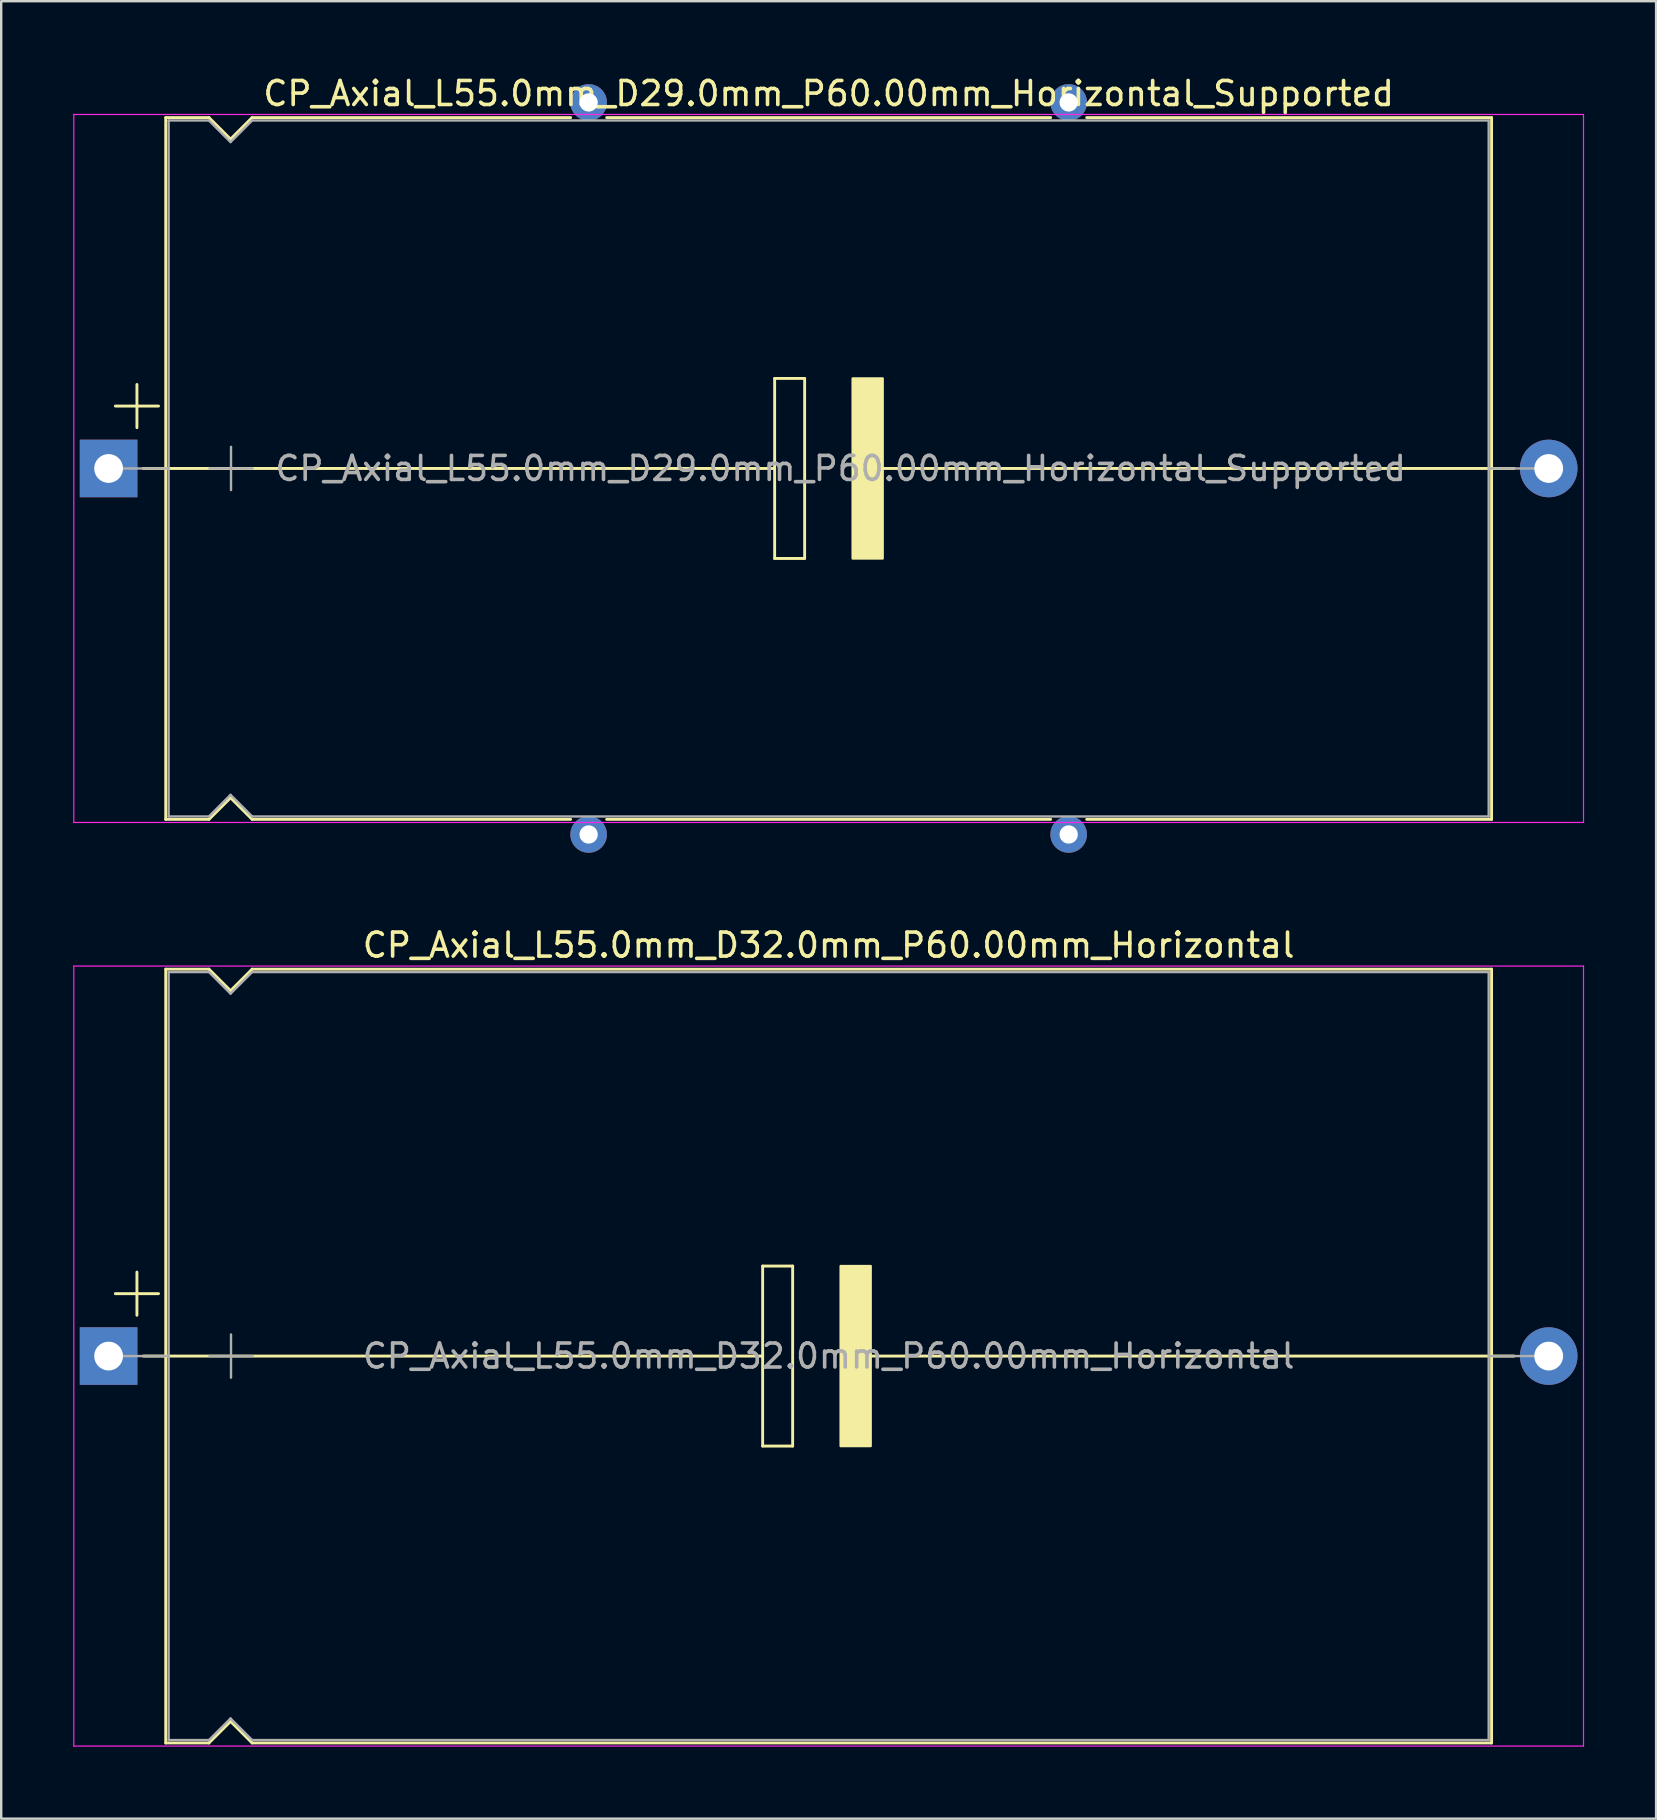
<source format=kicad_pcb>
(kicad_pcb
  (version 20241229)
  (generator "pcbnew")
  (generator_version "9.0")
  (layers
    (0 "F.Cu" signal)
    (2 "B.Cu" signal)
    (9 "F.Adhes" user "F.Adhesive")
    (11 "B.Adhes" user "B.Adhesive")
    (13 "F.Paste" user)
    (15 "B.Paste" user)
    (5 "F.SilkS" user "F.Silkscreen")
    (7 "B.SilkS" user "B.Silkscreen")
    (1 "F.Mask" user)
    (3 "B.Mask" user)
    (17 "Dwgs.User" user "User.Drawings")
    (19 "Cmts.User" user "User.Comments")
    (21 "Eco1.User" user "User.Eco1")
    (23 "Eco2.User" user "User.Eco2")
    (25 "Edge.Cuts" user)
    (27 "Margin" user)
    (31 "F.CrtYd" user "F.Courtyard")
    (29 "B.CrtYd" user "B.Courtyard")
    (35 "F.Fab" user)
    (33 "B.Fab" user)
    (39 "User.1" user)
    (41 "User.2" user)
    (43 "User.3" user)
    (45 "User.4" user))
  (footprint "CP_Axial_L55.0mm_D29.0mm_P60.00mm_Horizontal_Supported"
    (layer "F.Cu")
    (at 1.475 16.468)
    (property "Reference" "CP_Axial_L55.0mm_D29.0mm_P60.00mm_Horizontal_Supported" (at 30 -15.62 0) (layer "F.SilkS") (effects (font (size 1 1) (thickness 0.15))))
    (attr through_hole)
    (fp_line (start 0.28 -2.6) (end 2.08 -2.6) (stroke (width 0.12) (type solid)) (layer "F.SilkS"))
    (fp_line (start 1.18 -3.5) (end 1.18 -1.7) (stroke (width 0.12) (type solid)) (layer "F.SilkS"))
    (fp_line (start 1.44 0) (end 2.38 0) (stroke (width 0.12) (type solid)) (layer "F.SilkS"))
    (fp_line (start 2.38 -14.62) (end 2.38 14.62) (stroke (width 0.12) (type solid)) (layer "F.SilkS"))
    (fp_line (start 2.38 -14.62) (end 4.18 -14.62) (stroke (width 0.12) (type solid)) (layer "F.SilkS"))
    (fp_line (start 2.38 0) (end 27.75 0) (stroke (width 0.12) (type solid)) (layer "F.SilkS"))
    (fp_line (start 2.38 14.62) (end 4.18 14.62) (stroke (width 0.12) (type solid)) (layer "F.SilkS"))
    (fp_line (start 4.18 -14.62) (end 5.08 -13.72) (stroke (width 0.12) (type solid)) (layer "F.SilkS"))
    (fp_line (start 4.18 14.62) (end 5.08 13.72) (stroke (width 0.12) (type solid)) (layer "F.SilkS"))
    (fp_line (start 5.08 -13.72) (end 5.98 -14.62) (stroke (width 0.12) (type solid)) (layer "F.SilkS"))
    (fp_line (start 5.08 13.72) (end 5.98 14.62) (stroke (width 0.12) (type solid)) (layer "F.SilkS"))
    (fp_line (start 5.98 -14.62) (end 19.25 -14.62) (stroke (width 0.12) (type solid)) (layer "F.SilkS"))
    (fp_line (start 5.98 14.62) (end 19.25 14.62) (stroke (width 0.12) (type solid)) (layer "F.SilkS"))
    (fp_line (start 20.75 -14.62) (end 39.25 -14.62) (stroke (width 0.12) (type solid)) (layer "F.SilkS"))
    (fp_line (start 20.75 14.62) (end 39.25 14.62) (stroke (width 0.12) (type solid)) (layer "F.SilkS"))
    (fp_line (start 27.75 -3.75) (end 29 -3.75) (stroke (width 0.12) (type solid)) (layer "F.SilkS"))
    (fp_line (start 27.75 0) (end 27.75 -3.75) (stroke (width 0.12) (type solid)) (layer "F.SilkS"))
    (fp_line (start 27.75 3.75) (end 27.75 0) (stroke (width 0.12) (type solid)) (layer "F.SilkS"))
    (fp_line (start 29 -3.75) (end 29 3.75) (stroke (width 0.12) (type solid)) (layer "F.SilkS"))
    (fp_line (start 29 3.75) (end 27.75 3.75) (stroke (width 0.12) (type solid)) (layer "F.SilkS"))
    (fp_line (start 31.75 0) (end 57.62 0) (stroke (width 0.12) (type solid)) (layer "F.SilkS"))
    (fp_line (start 40.75 -14.62) (end 57.62 -14.62) (stroke (width 0.12) (type solid)) (layer "F.SilkS"))
    (fp_line (start 40.75 14.62) (end 57.62 14.62) (stroke (width 0.12) (type solid)) (layer "F.SilkS"))
    (fp_line (start 57.62 -14.62) (end 57.62 14.62) (stroke (width 0.12) (type solid)) (layer "F.SilkS"))
    (fp_line (start 58.56 0) (end 57.62 0) (stroke (width 0.12) (type solid)) (layer "F.SilkS"))
    (fp_poly (pts (xy 32.25 3.75) (xy 31 3.75) (xy 31 -3.75) (xy 32.25 -3.75)) (stroke (width 0.1) (type solid)) (fill yes) (layer "F.SilkS"))
    (fp_line (start -1.45 -14.75) (end -1.45 14.75) (stroke (width 0.05) (type solid)) (layer "F.CrtYd"))
    (fp_line (start -1.45 14.75) (end 61.45 14.75) (stroke (width 0.05) (type solid)) (layer "F.CrtYd"))
    (fp_line (start 61.45 -14.75) (end -1.45 -14.75) (stroke (width 0.05) (type solid)) (layer "F.CrtYd"))
    (fp_line (start 61.45 14.75) (end 61.45 -14.75) (stroke (width 0.05) (type solid)) (layer "F.CrtYd"))
    (fp_line (start 0 0) (end 2.5 0) (stroke (width 0.1) (type solid)) (layer "F.Fab"))
    (fp_line (start 2.5 -14.5) (end 2.5 14.5) (stroke (width 0.1) (type solid)) (layer "F.Fab"))
    (fp_line (start 2.5 -14.5) (end 4.18 -14.5) (stroke (width 0.1) (type solid)) (layer "F.Fab"))
    (fp_line (start 2.5 14.5) (end 4.18 14.5) (stroke (width 0.1) (type solid)) (layer "F.Fab"))
    (fp_line (start 4.18 -14.5) (end 5.08 -13.6) (stroke (width 0.1) (type solid)) (layer "F.Fab"))
    (fp_line (start 4.18 14.5) (end 5.08 13.6) (stroke (width 0.1) (type solid)) (layer "F.Fab"))
    (fp_line (start 4.2 0) (end 6 0) (stroke (width 0.1) (type solid)) (layer "F.Fab"))
    (fp_line (start 5.08 -13.6) (end 5.98 -14.5) (stroke (width 0.1) (type solid)) (layer "F.Fab"))
    (fp_line (start 5.08 13.6) (end 5.98 14.5) (stroke (width 0.1) (type solid)) (layer "F.Fab"))
    (fp_line (start 5.1 -0.9) (end 5.1 0.9) (stroke (width 0.1) (type solid)) (layer "F.Fab"))
    (fp_line (start 5.98 -14.5) (end 57.5 -14.5) (stroke (width 0.1) (type solid)) (layer "F.Fab"))
    (fp_line (start 5.98 14.5) (end 57.5 14.5) (stroke (width 0.1) (type solid)) (layer "F.Fab"))
    (fp_line (start 57.5 -14.5) (end 57.5 14.5) (stroke (width 0.1) (type solid)) (layer "F.Fab"))
    (fp_line (start 60 0) (end 57.5 0) (stroke (width 0.1) (type solid)) (layer "F.Fab"))
    (fp_text user "${REFERENCE}" (at 30.5 0 0) (layer "F.Fab") (effects (font (size 1 1) (thickness 0.15))))
    (pad "" thru_hole circle (at 20 -15.25) (size 1.524 1.524) (drill 0.762) (layers "*.Cu" "*.Mask"))
    (pad "" thru_hole circle (at 20 15.25) (size 1.524 1.524) (drill 0.762) (layers "*.Cu" "*.Mask"))
    (pad "" thru_hole circle (at 40 -15.25) (size 1.524 1.524) (drill 0.762) (layers "*.Cu" "*.Mask"))
    (pad "" thru_hole circle (at 40 15.25) (size 1.524 1.524) (drill 0.762) (layers "*.Cu" "*.Mask"))
    (pad "1" thru_hole rect (at 0 0) (size 2.4 2.4) (drill 1.2) (layers "*.Cu" "*.Mask"))
    (pad "2" thru_hole oval (at 60 0) (size 2.4 2.4) (drill 1.2) (layers "*.Cu" "*.Mask")))
  (footprint "CP_Axial_L55.0mm_D32.0mm_P60.00mm_Horizontal"
    (layer "F.Cu")
    (at 1.475 53.449)
    (property "Reference" "CP_Axial_L55.0mm_D32.0mm_P60.00mm_Horizontal" (at 30 -17.12 0) (layer "F.SilkS") (effects (font (size 1 1) (thickness 0.15))))
    (attr through_hole)
    (fp_line (start 0.28 -2.6) (end 2.08 -2.6) (stroke (width 0.12) (type solid)) (layer "F.SilkS"))
    (fp_line (start 1.18 -3.5) (end 1.18 -1.7) (stroke (width 0.12) (type solid)) (layer "F.SilkS"))
    (fp_line (start 1.44 0) (end 2.38 0) (stroke (width 0.12) (type solid)) (layer "F.SilkS"))
    (fp_line (start 2.38 -16.12) (end 2.38 16.12) (stroke (width 0.12) (type solid)) (layer "F.SilkS"))
    (fp_line (start 2.38 -16.12) (end 4.18 -16.12) (stroke (width 0.12) (type solid)) (layer "F.SilkS"))
    (fp_line (start 2.38 0) (end 27.25 0) (stroke (width 0.12) (type solid)) (layer "F.SilkS"))
    (fp_line (start 2.38 16.12) (end 4.18 16.12) (stroke (width 0.12) (type solid)) (layer "F.SilkS"))
    (fp_line (start 4.18 -16.12) (end 5.08 -15.22) (stroke (width 0.12) (type solid)) (layer "F.SilkS"))
    (fp_line (start 4.18 16.12) (end 5.08 15.22) (stroke (width 0.12) (type solid)) (layer "F.SilkS"))
    (fp_line (start 5.08 -15.22) (end 5.98 -16.12) (stroke (width 0.12) (type solid)) (layer "F.SilkS"))
    (fp_line (start 5.08 15.22) (end 5.98 16.12) (stroke (width 0.12) (type solid)) (layer "F.SilkS"))
    (fp_line (start 5.98 -16.12) (end 57.62 -16.12) (stroke (width 0.12) (type solid)) (layer "F.SilkS"))
    (fp_line (start 5.98 16.12) (end 57.62 16.12) (stroke (width 0.12) (type solid)) (layer "F.SilkS"))
    (fp_line (start 27.25 -3.75) (end 28.5 -3.75) (stroke (width 0.12) (type solid)) (layer "F.SilkS"))
    (fp_line (start 27.25 0) (end 27.25 -3.75) (stroke (width 0.12) (type solid)) (layer "F.SilkS"))
    (fp_line (start 27.25 3.75) (end 27.25 0) (stroke (width 0.12) (type solid)) (layer "F.SilkS"))
    (fp_line (start 28.5 -3.75) (end 28.5 3.75) (stroke (width 0.12) (type solid)) (layer "F.SilkS"))
    (fp_line (start 28.5 3.75) (end 27.25 3.75) (stroke (width 0.12) (type solid)) (layer "F.SilkS"))
    (fp_line (start 31.75 0) (end 57.62 0) (stroke (width 0.12) (type solid)) (layer "F.SilkS"))
    (fp_line (start 57.62 -16.12) (end 57.62 16.12) (stroke (width 0.12) (type solid)) (layer "F.SilkS"))
    (fp_line (start 58.56 0) (end 57.62 0) (stroke (width 0.12) (type solid)) (layer "F.SilkS"))
    (fp_poly (pts (xy 31.75 3.75) (xy 30.5 3.75) (xy 30.5 -3.75) (xy 31.75 -3.75)) (stroke (width 0.1) (type solid)) (fill yes) (layer "F.SilkS"))
    (fp_line (start -1.45 -16.25) (end -1.45 16.25) (stroke (width 0.05) (type solid)) (layer "F.CrtYd"))
    (fp_line (start -1.45 16.25) (end 61.45 16.25) (stroke (width 0.05) (type solid)) (layer "F.CrtYd"))
    (fp_line (start 61.45 -16.25) (end -1.45 -16.25) (stroke (width 0.05) (type solid)) (layer "F.CrtYd"))
    (fp_line (start 61.45 16.25) (end 61.45 -16.25) (stroke (width 0.05) (type solid)) (layer "F.CrtYd"))
    (fp_line (start 0 0) (end 2.5 0) (stroke (width 0.1) (type solid)) (layer "F.Fab"))
    (fp_line (start 2.5 -16) (end 2.5 16) (stroke (width 0.1) (type solid)) (layer "F.Fab"))
    (fp_line (start 2.5 -16) (end 4.18 -16) (stroke (width 0.1) (type solid)) (layer "F.Fab"))
    (fp_line (start 2.5 16) (end 4.18 16) (stroke (width 0.1) (type solid)) (layer "F.Fab"))
    (fp_line (start 4.18 -16) (end 5.08 -15.1) (stroke (width 0.1) (type solid)) (layer "F.Fab"))
    (fp_line (start 4.18 16) (end 5.08 15.1) (stroke (width 0.1) (type solid)) (layer "F.Fab"))
    (fp_line (start 4.2 0) (end 6 0) (stroke (width 0.1) (type solid)) (layer "F.Fab"))
    (fp_line (start 5.08 -15.1) (end 5.98 -16) (stroke (width 0.1) (type solid)) (layer "F.Fab"))
    (fp_line (start 5.08 15.1) (end 5.98 16) (stroke (width 0.1) (type solid)) (layer "F.Fab"))
    (fp_line (start 5.1 -0.9) (end 5.1 0.9) (stroke (width 0.1) (type solid)) (layer "F.Fab"))
    (fp_line (start 5.98 -16) (end 57.5 -16) (stroke (width 0.1) (type solid)) (layer "F.Fab"))
    (fp_line (start 5.98 16) (end 57.5 16) (stroke (width 0.1) (type solid)) (layer "F.Fab"))
    (fp_line (start 57.5 -16) (end 57.5 16) (stroke (width 0.1) (type solid)) (layer "F.Fab"))
    (fp_line (start 60 0) (end 57.5 0) (stroke (width 0.1) (type solid)) (layer "F.Fab"))
    (fp_text user "${REFERENCE}" (at 30 0 0) (layer "F.Fab") (effects (font (size 1 1) (thickness 0.15))))
    (pad "1" thru_hole rect (at 0 0) (size 2.4 2.4) (drill 1.2) (layers "*.Cu" "*.Mask"))
    (pad "2" thru_hole oval (at 60 0) (size 2.4 2.4) (drill 1.2) (layers "*.Cu" "*.Mask")))
  (gr_rect
    (start -3 -3)
    (end 65.95 72.724)
    (stroke (width 0.1) (type default))
    (fill no)
    (layer "Edge.Cuts")))
</source>
